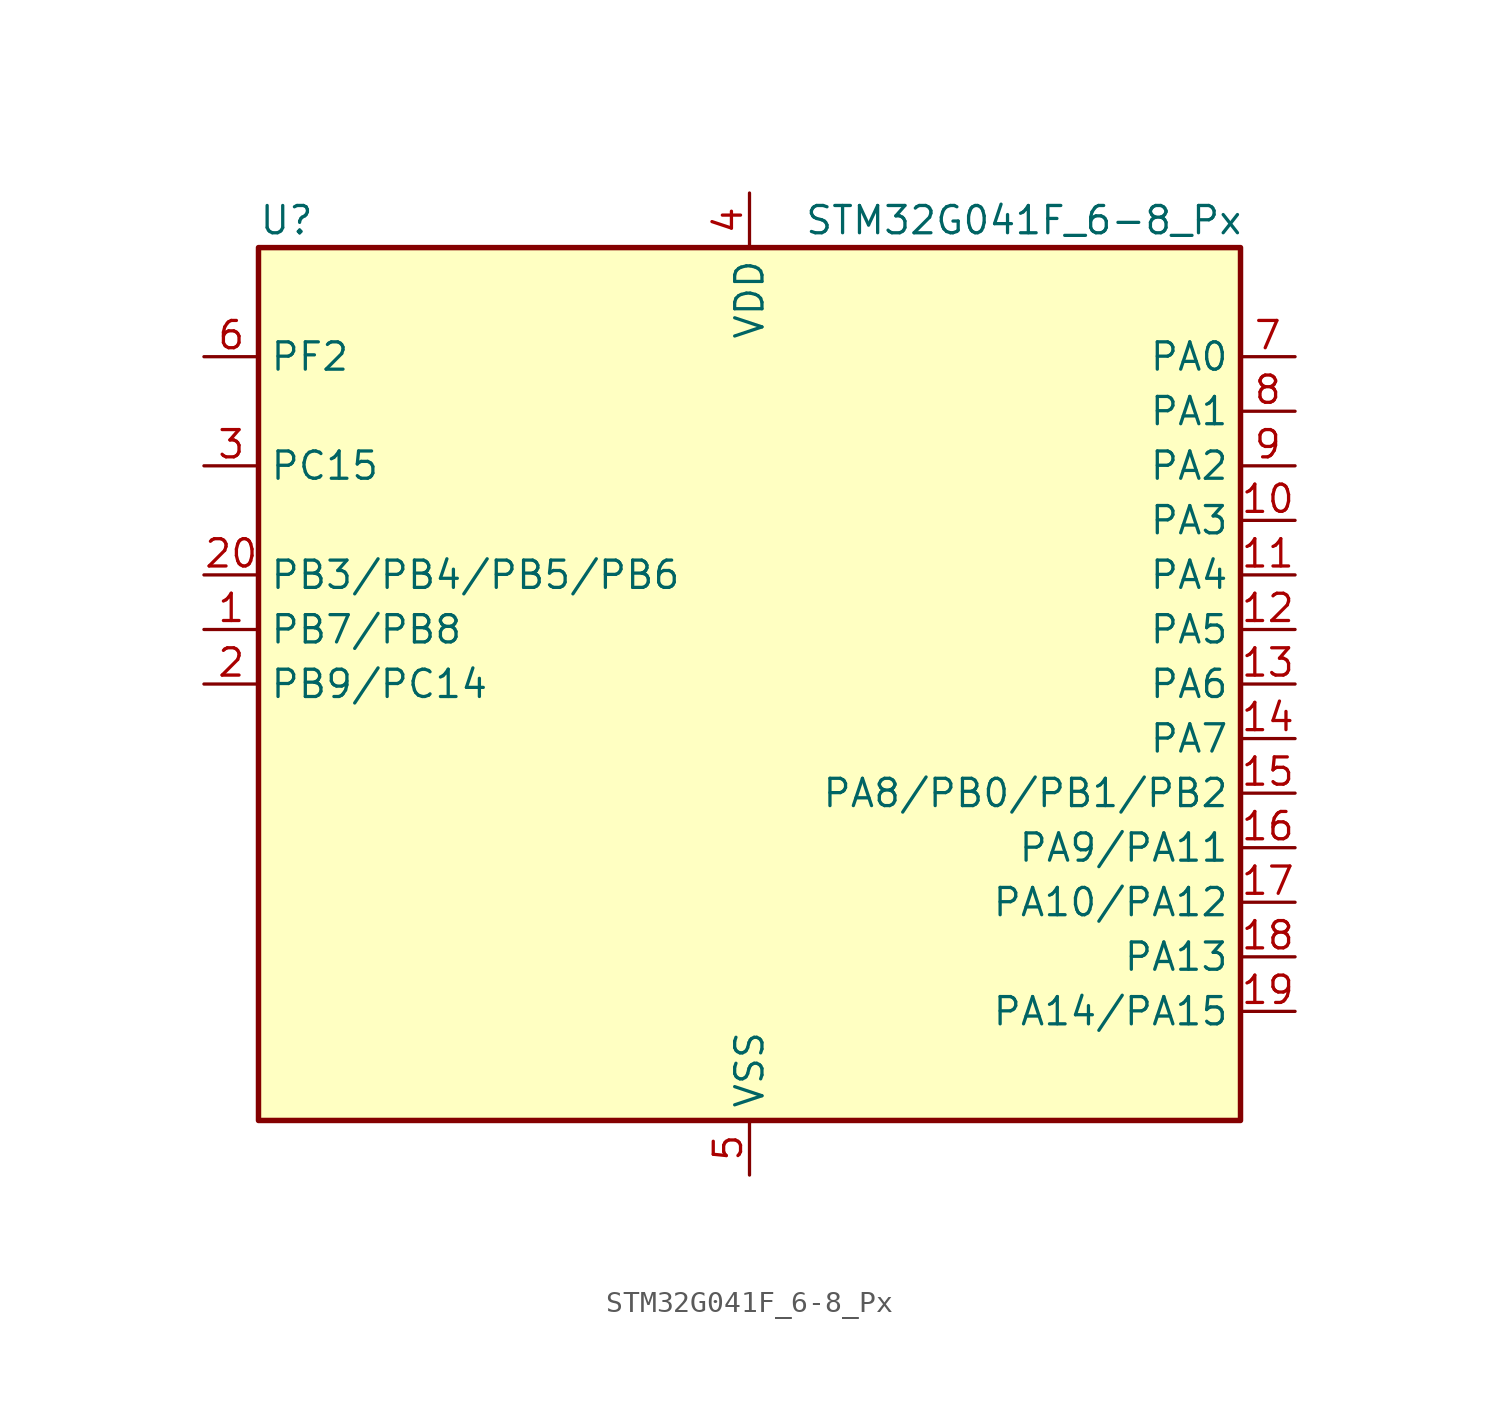
<source format=kicad_sym>
(kicad_symbol_lib
  (version 20241209)
  (generator "kicad_symbol_editor")
  (generator_version "9.0")
  (symbol "STM32G041F_6-8_Px"
    (property "Reference" "U"
      (at -22.86 21.59 0)
      (effects (font (size 1.27 1.27)) (justify left)))
    (property "Value" "STM32G041F_6-8_Px"
      (at 2.54 21.59 0)
      (effects (font (size 1.27 1.27)) (justify left)))
    (symbol "STM32G041F_6-8_Px_0_1"
      (rectangle (start -22.86 -20.32) (end 22.86 20.32) (stroke (width 0.254) (type default)) (fill (type background))))
    (symbol "STM32G041F_6-8_Px_1_1"
      (pin bidirectional line (at -25.4 15.24 0) (length 2.54) (name "PF2" (effects (font (size 1.27 1.27)))) (number "6" (effects (font (size 1.27 1.27)))) (alternate "RCC_MCO" bidirectional line))
      (pin bidirectional line (at -25.4 10.16 0) (length 2.54) (name "PC15" (effects (font (size 1.27 1.27)))) (number "3" (effects (font (size 1.27 1.27)))) (alternate "RCC_OSC32_EN" bidirectional line) (alternate "RCC_OSC32_OUT" bidirectional line) (alternate "RCC_OSC_EN" bidirectional line))
      (pin bidirectional line (at -25.4 5.08 0) (length 2.54) (name "PB3/PB4/PB5/PB6" (effects (font (size 1.27 1.27)))) (number "20" (effects (font (size 1.27 1.27)))) (alternate "I2C1_SCL (PB6)" bidirectional line) (alternate "I2C1_SMBA (PB5)" bidirectional line) (alternate "I2S1_CK (PB3)" bidirectional line) (alternate "I2S1_MCK (PB4)" bidirectional line) (alternate "I2S1_SD (PB5)" bidirectional line) (alternate "LPTIM1_ETR (PB6)" bidirectional line) (alternate "LPTIM1_IN1 (PB5)" bidirectional line) (alternate "PB3" bidirectional line) (alternate "PB4" bidirectional line) (alternate "PB5" bidirectional line) (alternate "PB6" bidirectional line) (alternate "SPI1_MISO (PB4)" bidirectional line) (alternate "SPI1_MOSI (PB5)" bidirectional line) (alternate "SPI1_SCK (PB3)" bidirectional line) (alternate "SPI2_MISO (PB6)" bidirectional line) (alternate "SYS_WKUP6 (PB5)" bidirectional line) (alternate "TIM16_BK (PB5)" bidirectional line) (alternate "TIM16_CH1N (PB6)" bidirectional line) (alternate "TIM17_BK (PB4)" bidirectional line) (alternate "TIM1_CH2 (PB3)" bidirectional line) (alternate "TIM1_CH3 (PB6)" bidirectional line) (alternate "TIM2_CH2 (PB3)" bidirectional line) (alternate "TIM3_CH1 (PB4)" bidirectional line) (alternate "TIM3_CH2 (PB5)" bidirectional line) (alternate "USART1_CK (PB3)" bidirectional line) (alternate "USART1_CTS (PB4)" bidirectional line) (alternate "USART1_DE (PB3)" bidirectional line) (alternate "USART1_NSS (PB4)" bidirectional line) (alternate "USART1_RTS (PB3)" bidirectional line) (alternate "USART1_TX (PB6)" bidirectional line))
      (pin bidirectional line (at -25.4 2.54 0) (length 2.54) (name "PB7/PB8" (effects (font (size 1.27 1.27)))) (number "1" (effects (font (size 1.27 1.27)))) (alternate "ADC1_IN11 (PB7)" bidirectional line) (alternate "I2C1_SCL (PB8)" bidirectional line) (alternate "I2C1_SDA (PB7)" bidirectional line) (alternate "LPTIM1_IN2 (PB7)" bidirectional line) (alternate "PB7" bidirectional line) (alternate "PB8" bidirectional line) (alternate "SPI2_MOSI (PB7)" bidirectional line) (alternate "SPI2_SCK (PB8)" bidirectional line) (alternate "SYS_PVD_IN (PB7)" bidirectional line) (alternate "TIM16_CH1 (PB8)" bidirectional line) (alternate "TIM17_CH1N (PB7)" bidirectional line) (alternate "USART1_RX (PB7)" bidirectional line))
      (pin bidirectional line (at -25.4 0 0) (length 2.54) (name "PB9/PC14" (effects (font (size 1.27 1.27)))) (number "2" (effects (font (size 1.27 1.27)))) (alternate "I2C1_SDA (PB9)" bidirectional line) (alternate "IR_OUT (PB9)" bidirectional line) (alternate "PB9" bidirectional line) (alternate "PC14" bidirectional line) (alternate "RCC_OSC32_IN (PC14)" bidirectional line) (alternate "RCC_OSC_IN (PC14)" bidirectional line) (alternate "SPI2_NSS (PB9)" bidirectional line) (alternate "TIM17_CH1 (PB9)" bidirectional line) (alternate "TIM1_BK2 (PC14)" bidirectional line))
      (pin power_in line (at 0 22.86 270) (length 2.54) (name "VDD" (effects (font (size 1.27 1.27)))) (number "4" (effects (font (size 1.27 1.27)))))
      (pin power_in line (at 0 -22.86 90) (length 2.54) (name "VSS" (effects (font (size 1.27 1.27)))) (number "5" (effects (font (size 1.27 1.27)))))
      (pin bidirectional line (at 25.4 15.24 180) (length 2.54) (name "PA0" (effects (font (size 1.27 1.27)))) (number "7" (effects (font (size 1.27 1.27)))) (alternate "ADC1_IN0" bidirectional line) (alternate "LPTIM1_OUT" bidirectional line) (alternate "RTC_TAMP_IN2" bidirectional line) (alternate "SPI2_SCK" bidirectional line) (alternate "SYS_WKUP1" bidirectional line) (alternate "TIM2_CH1" bidirectional line) (alternate "TIM2_ETR" bidirectional line) (alternate "USART2_CTS" bidirectional line) (alternate "USART2_NSS" bidirectional line))
      (pin bidirectional line (at 25.4 12.7 180) (length 2.54) (name "PA1" (effects (font (size 1.27 1.27)))) (number "8" (effects (font (size 1.27 1.27)))) (alternate "ADC1_IN1" bidirectional line) (alternate "I2C1_SMBA" bidirectional line) (alternate "I2S1_CK" bidirectional line) (alternate "SPI1_SCK" bidirectional line) (alternate "TIM2_CH2" bidirectional line) (alternate "USART2_CK" bidirectional line) (alternate "USART2_DE" bidirectional line) (alternate "USART2_RTS" bidirectional line))
      (pin bidirectional line (at 25.4 10.16 180) (length 2.54) (name "PA2" (effects (font (size 1.27 1.27)))) (number "9" (effects (font (size 1.27 1.27)))) (alternate "ADC1_IN2" bidirectional line) (alternate "I2S1_SD" bidirectional line) (alternate "LPUART1_TX" bidirectional line) (alternate "RCC_LSCO" bidirectional line) (alternate "SPI1_MOSI" bidirectional line) (alternate "SYS_WKUP4" bidirectional line) (alternate "TIM2_CH3" bidirectional line) (alternate "USART2_TX" bidirectional line))
      (pin bidirectional line (at 25.4 7.62 180) (length 2.54) (name "PA3" (effects (font (size 1.27 1.27)))) (number "10" (effects (font (size 1.27 1.27)))) (alternate "ADC1_IN3" bidirectional line) (alternate "LPUART1_RX" bidirectional line) (alternate "SPI2_MISO" bidirectional line) (alternate "TIM2_CH4" bidirectional line) (alternate "USART2_RX" bidirectional line))
      (pin bidirectional line (at 25.4 5.08 180) (length 2.54) (name "PA4" (effects (font (size 1.27 1.27)))) (number "11" (effects (font (size 1.27 1.27)))) (alternate "ADC1_IN4" bidirectional line) (alternate "I2S1_WS" bidirectional line) (alternate "LPTIM2_OUT" bidirectional line) (alternate "RTC_OUT_ALARM" bidirectional line) (alternate "RTC_OUT_CALIB" bidirectional line) (alternate "RTC_TAMP_IN1" bidirectional line) (alternate "RTC_TS" bidirectional line) (alternate "SPI1_NSS" bidirectional line) (alternate "SPI2_MOSI" bidirectional line) (alternate "SYS_WKUP2" bidirectional line) (alternate "TIM14_CH1" bidirectional line))
      (pin bidirectional line (at 25.4 2.54 180) (length 2.54) (name "PA5" (effects (font (size 1.27 1.27)))) (number "12" (effects (font (size 1.27 1.27)))) (alternate "ADC1_IN5" bidirectional line) (alternate "I2S1_CK" bidirectional line) (alternate "LPTIM2_ETR" bidirectional line) (alternate "SPI1_SCK" bidirectional line) (alternate "TIM2_CH1" bidirectional line) (alternate "TIM2_ETR" bidirectional line))
      (pin bidirectional line (at 25.4 0 180) (length 2.54) (name "PA6" (effects (font (size 1.27 1.27)))) (number "13" (effects (font (size 1.27 1.27)))) (alternate "ADC1_IN6" bidirectional line) (alternate "I2S1_MCK" bidirectional line) (alternate "LPUART1_CTS" bidirectional line) (alternate "SPI1_MISO" bidirectional line) (alternate "TIM16_CH1" bidirectional line) (alternate "TIM1_BK" bidirectional line) (alternate "TIM3_CH1" bidirectional line))
      (pin bidirectional line (at 25.4 -2.54 180) (length 2.54) (name "PA7" (effects (font (size 1.27 1.27)))) (number "14" (effects (font (size 1.27 1.27)))) (alternate "ADC1_IN7" bidirectional line) (alternate "I2S1_SD" bidirectional line) (alternate "SPI1_MOSI" bidirectional line) (alternate "TIM14_CH1" bidirectional line) (alternate "TIM17_CH1" bidirectional line) (alternate "TIM1_CH1N" bidirectional line) (alternate "TIM3_CH2" bidirectional line))
      (pin bidirectional line (at 25.4 -5.08 180) (length 2.54) (name "PA8/PB0/PB1/PB2" (effects (font (size 1.27 1.27)))) (number "15" (effects (font (size 1.27 1.27)))) (alternate "ADC1_IN10 (PB2)" bidirectional line) (alternate "ADC1_IN8 (PB0)" bidirectional line) (alternate "ADC1_IN9 (PB1)" bidirectional line) (alternate "I2S1_WS (PB0)" bidirectional line) (alternate "LPTIM1_OUT (PB0)" bidirectional line) (alternate "LPTIM1_OUT (PB2)" bidirectional line) (alternate "LPTIM2_IN1 (PB1)" bidirectional line) (alternate "LPTIM2_OUT (PA8)" bidirectional line) (alternate "LPUART1_DE (PB1)" bidirectional line) (alternate "LPUART1_RTS (PB1)" bidirectional line) (alternate "PA8" bidirectional line) (alternate "PB0" bidirectional line) (alternate "PB1" bidirectional line) (alternate "PB2" bidirectional line) (alternate "RCC_MCO (PA8)" bidirectional line) (alternate "SPI1_NSS (PB0)" bidirectional line) (alternate "SPI2_MISO (PB2)" bidirectional line) (alternate "SPI2_NSS (PA8)" bidirectional line) (alternate "TIM14_CH1 (PB1)" bidirectional line) (alternate "TIM1_CH1 (PA8)" bidirectional line) (alternate "TIM1_CH2N (PB0)" bidirectional line) (alternate "TIM1_CH3N (PB1)" bidirectional line) (alternate "TIM3_CH3 (PB0)" bidirectional line) (alternate "TIM3_CH4 (PB1)" bidirectional line))
      (pin bidirectional line (at 25.4 -7.62 180) (length 2.54) (name "PA9/PA11" (effects (font (size 1.27 1.27)))) (number "16" (effects (font (size 1.27 1.27)))) (alternate "ADC1_EXTI11 (PA11)" bidirectional line) (alternate "ADC1_IN15 (PA11)" bidirectional line) (alternate "I2C1_SCL (PA9)" bidirectional line) (alternate "I2C2_SCL (PA11)" bidirectional line) (alternate "I2S1_MCK (PA11)" bidirectional line) (alternate "PA11" bidirectional line) (alternate "PA9" bidirectional line) (alternate "RCC_MCO (PA9)" bidirectional line) (alternate "SPI1_MISO (PA11)" bidirectional line) (alternate "SPI2_MISO (PA9)" bidirectional line) (alternate "TIM1_BK2 (PA11)" bidirectional line) (alternate "TIM1_CH2 (PA9)" bidirectional line) (alternate "TIM1_CH4 (PA11)" bidirectional line) (alternate "USART1_CTS (PA11)" bidirectional line) (alternate "USART1_NSS (PA11)" bidirectional line) (alternate "USART1_TX (PA9)" bidirectional line))
      (pin bidirectional line (at 25.4 -10.16 180) (length 2.54) (name "PA10/PA12" (effects (font (size 1.27 1.27)))) (number "17" (effects (font (size 1.27 1.27)))) (alternate "ADC1_IN16 (PA12)" bidirectional line) (alternate "I2C1_SDA (PA10)" bidirectional line) (alternate "I2C2_SDA (PA12)" bidirectional line) (alternate "I2S1_SD (PA12)" bidirectional line) (alternate "I2S_CKIN (PA12)" bidirectional line) (alternate "PA10" bidirectional line) (alternate "PA12" bidirectional line) (alternate "SPI1_MOSI (PA12)" bidirectional line) (alternate "SPI2_MOSI (PA10)" bidirectional line) (alternate "TIM17_BK (PA10)" bidirectional line) (alternate "TIM1_CH3 (PA10)" bidirectional line) (alternate "TIM1_ETR (PA12)" bidirectional line) (alternate "USART1_CK (PA12)" bidirectional line) (alternate "USART1_DE (PA12)" bidirectional line) (alternate "USART1_RTS (PA12)" bidirectional line) (alternate "USART1_RX (PA10)" bidirectional line))
      (pin bidirectional line (at 25.4 -12.7 180) (length 2.54) (name "PA13" (effects (font (size 1.27 1.27)))) (number "18" (effects (font (size 1.27 1.27)))) (alternate "ADC1_IN17" bidirectional line) (alternate "IR_OUT" bidirectional line) (alternate "SYS_SWDIO" bidirectional line))
      (pin bidirectional line (at 25.4 -15.24 180) (length 2.54) (name "PA14/PA15" (effects (font (size 1.27 1.27)))) (number "19" (effects (font (size 1.27 1.27)))) (alternate "ADC1_IN18 (PA14)" bidirectional line) (alternate "I2S1_WS (PA15)" bidirectional line) (alternate "PA14" bidirectional line) (alternate "PA15" bidirectional line) (alternate "SPI1_NSS (PA15)" bidirectional line) (alternate "SYS_SWCLK (PA14)" bidirectional line) (alternate "TIM2_CH1 (PA15)" bidirectional line) (alternate "TIM2_ETR (PA15)" bidirectional line) (alternate "USART2_RX (PA15)" bidirectional line) (alternate "USART2_TX (PA14)" bidirectional line)))))
</source>
